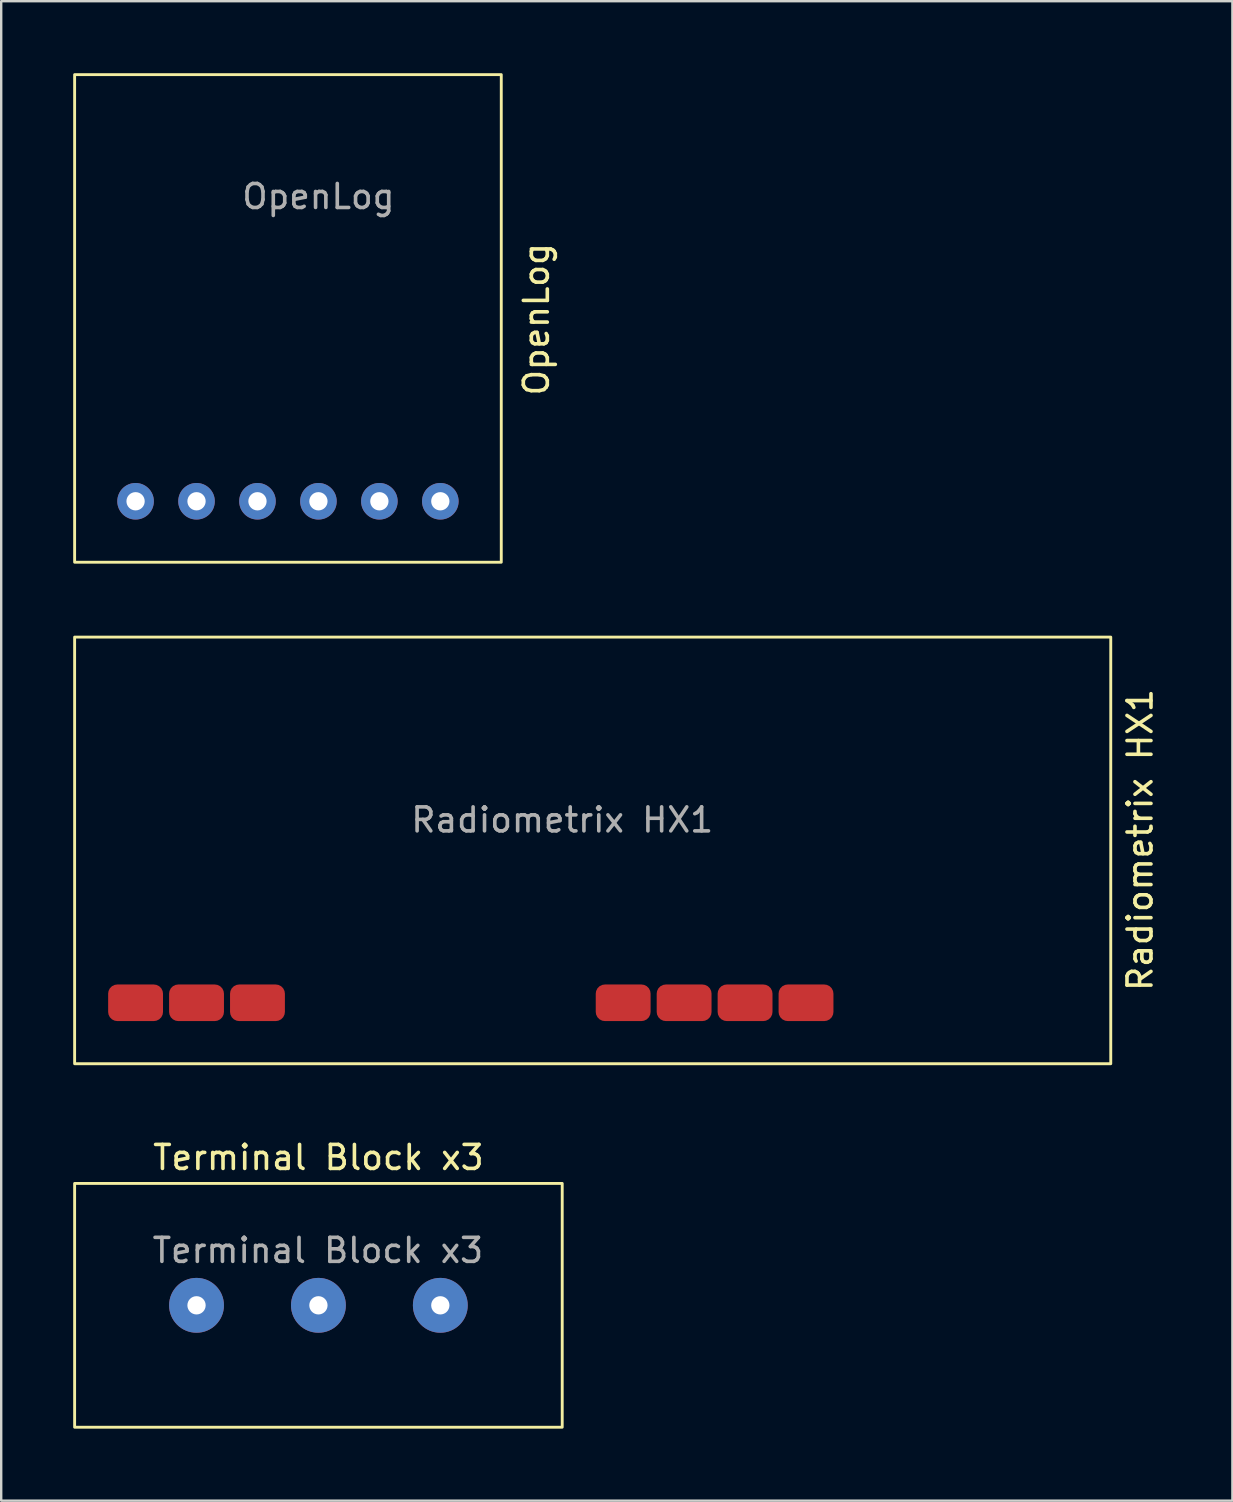
<source format=kicad_pcb>
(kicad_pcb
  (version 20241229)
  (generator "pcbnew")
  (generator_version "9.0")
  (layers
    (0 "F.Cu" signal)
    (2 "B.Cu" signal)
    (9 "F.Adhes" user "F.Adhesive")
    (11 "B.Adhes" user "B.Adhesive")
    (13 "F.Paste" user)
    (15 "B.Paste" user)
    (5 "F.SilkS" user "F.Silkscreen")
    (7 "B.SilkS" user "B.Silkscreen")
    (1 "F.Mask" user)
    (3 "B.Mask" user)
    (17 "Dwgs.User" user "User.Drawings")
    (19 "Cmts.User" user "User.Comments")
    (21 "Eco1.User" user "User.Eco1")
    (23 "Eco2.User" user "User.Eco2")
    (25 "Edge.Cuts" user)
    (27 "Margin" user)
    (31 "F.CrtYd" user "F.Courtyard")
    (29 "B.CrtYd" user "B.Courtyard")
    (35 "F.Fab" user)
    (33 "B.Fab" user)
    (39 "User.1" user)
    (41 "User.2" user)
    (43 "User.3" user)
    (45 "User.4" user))
  (footprint "Terminal Block x3"
    (layer "F.Cu")
    (at 10.22 51.348)
    (property "Reference" "Terminal Block x3" (at 0 -6.16 0) (unlocked yes) (layer "F.SilkS") (effects (font (size 1 1) (thickness 0.15))))
    (attr through_hole)
    (fp_rect (start -10.16 -5.08) (end 10.16 5.08) (stroke (width 0.12) (type solid)) (fill no) (layer "F.SilkS"))
    (fp_text user "${REFERENCE}" (at -0.023 -2.287 0) (unlocked yes) (layer "F.Fab") (effects (font (size 1 1) (thickness 0.15))))
    (pad "1" thru_hole circle (at -5.08 0) (size 2.286 2.286) (drill 0.762) (layers "*.Cu" "*.Mask"))
    (pad "2" thru_hole circle (at 0 0) (size 2.286 2.286) (drill 0.762) (layers "*.Cu" "*.Mask"))
    (pad "3" thru_hole circle (at 5.08 0) (size 2.286 2.286) (drill 0.762) (layers "*.Cu" "*.Mask")))
  (footprint "OpenLog"
    (layer "F.Cu")
    (at 7.68 10.22)
    (property "Reference" "OpenLog" (at 11.624 0.034 90) (unlocked yes) (layer "F.SilkS") (effects (font (size 1 1) (thickness 0.15))))
    (attr through_hole)
    (fp_rect (start -7.62 -10.16) (end 10.16 10.16) (stroke (width 0.12) (type solid)) (fill no) (layer "F.SilkS"))
    (fp_text user "${REFERENCE}" (at 2.54 -5.08 0) (unlocked yes) (layer "F.Fab") (effects (font (size 1 1) (thickness 0.15))))
    (pad "1" thru_hole circle (at -5.08 7.62) (size 1.524 1.524) (drill 0.762) (layers "*.Cu" "*.Mask"))
    (pad "2" thru_hole circle (at -2.54 7.62) (size 1.524 1.524) (drill 0.762) (layers "*.Cu" "*.Mask"))
    (pad "3" thru_hole circle (at 0 7.62) (size 1.524 1.524) (drill 0.762) (layers "*.Cu" "*.Mask"))
    (pad "4" thru_hole circle (at 2.54 7.62) (size 1.524 1.524) (drill 0.762) (layers "*.Cu" "*.Mask"))
    (pad "5" thru_hole circle (at 5.08 7.62) (size 1.524 1.524) (drill 0.762) (layers "*.Cu" "*.Mask"))
    (pad "6" thru_hole circle (at 7.62 7.62) (size 1.524 1.524) (drill 0.762) (layers "*.Cu" "*.Mask")))
  (footprint "Radiometrix HX1"
    (layer "F.Cu")
    (at 20.38 33.66)
    (property "Reference" "Radiometrix HX1" (at 24.081 -1.705 90) (unlocked yes) (layer "F.SilkS") (effects (font (size 1 1) (thickness 0.15))))
    (attr smd)
    (fp_rect (start -20.32 -10.16) (end 22.86 7.62) (stroke (width 0.12) (type solid)) (fill no) (layer "F.SilkS"))
    (fp_text user "${REFERENCE}" (at 0 -2.54 0) (unlocked yes) (layer "F.Fab") (effects (font (size 1 1) (thickness 0.15))))
    (pad "1" smd roundrect (at -17.78 5.08) (size 2.286 1.524) (layers "F.Cu" "F.Mask" "F.Paste") (roundrect_rratio 0.25))
    (pad "2" smd roundrect (at -15.24 5.08) (size 2.286 1.524) (layers "F.Cu" "F.Mask" "F.Paste") (roundrect_rratio 0.25))
    (pad "3" smd roundrect (at -12.7 5.08) (size 2.286 1.524) (layers "F.Cu" "F.Mask" "F.Paste") (roundrect_rratio 0.25))
    (pad "4" smd roundrect (at 2.54 5.08) (size 2.286 1.524) (layers "F.Cu" "F.Mask" "F.Paste") (roundrect_rratio 0.25))
    (pad "5" smd roundrect (at 5.08 5.08) (size 2.286 1.524) (layers "F.Cu" "F.Mask" "F.Paste") (roundrect_rratio 0.25))
    (pad "6" smd roundrect (at 7.62 5.08) (size 2.286 1.524) (layers "F.Cu" "F.Mask" "F.Paste") (roundrect_rratio 0.25))
    (pad "7" smd roundrect (at 10.16 5.08) (size 2.286 1.524) (layers "F.Cu" "F.Mask" "F.Paste") (roundrect_rratio 0.25)))
  (gr_rect
    (start -3 -3)
    (end 48.309 59.488)
    (stroke (width 0.1) (type default))
    (fill no)
    (layer "Edge.Cuts")))
</source>
